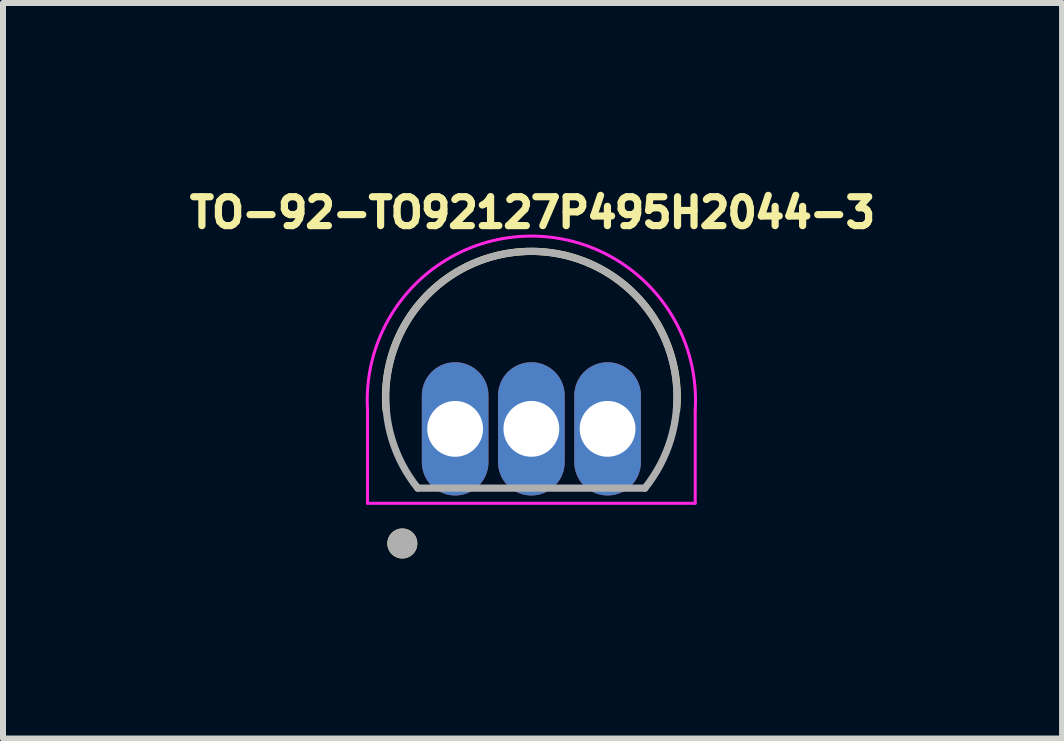
<source format=kicad_pcb>
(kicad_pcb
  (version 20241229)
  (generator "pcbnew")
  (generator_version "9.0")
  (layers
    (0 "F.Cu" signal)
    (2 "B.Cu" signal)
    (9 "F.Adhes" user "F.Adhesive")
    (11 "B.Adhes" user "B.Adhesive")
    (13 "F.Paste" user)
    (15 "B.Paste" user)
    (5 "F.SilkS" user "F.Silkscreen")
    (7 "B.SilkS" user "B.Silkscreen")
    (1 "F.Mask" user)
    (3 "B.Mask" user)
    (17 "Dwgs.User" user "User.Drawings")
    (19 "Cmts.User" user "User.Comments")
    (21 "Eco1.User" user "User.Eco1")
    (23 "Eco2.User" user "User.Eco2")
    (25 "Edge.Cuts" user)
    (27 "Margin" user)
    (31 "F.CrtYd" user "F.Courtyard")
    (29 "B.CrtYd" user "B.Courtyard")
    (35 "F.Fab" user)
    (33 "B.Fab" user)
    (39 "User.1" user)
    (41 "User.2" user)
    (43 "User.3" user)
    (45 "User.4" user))
  (footprint "TO-92-TO92127P495H2044-3"
    (layer "F.Cu")
    (at 5.804 3.336)
    (property "Reference" "TO-92-TO92127P495H2044-3" (at 0.019 -2.843 0) (layer "F.SilkS") (effects (font (size 0.481 0.481) (thickness 0.15))))
    (attr through_hole)
    (fp_arc (start -2.42 0.45) (mid 0 -2.197917) (end 2.42 0.45) (stroke (width 0.12) (type solid)) (layer "F.SilkS"))
    (fp_circle (center -2.15 2.67) (end -2.025 2.67) (stroke (width 0.25) (type solid)) (fill no) (layer "F.SilkS"))
    (fp_line (start -2.73 0.45) (end -2.73 2) (stroke (width 0.05) (type solid)) (layer "F.CrtYd"))
    (fp_line (start -2.73 2) (end 2.73 2) (stroke (width 0.05) (type solid)) (layer "F.CrtYd"))
    (fp_line (start 2.73 2) (end 2.73 0.45) (stroke (width 0.05) (type solid)) (layer "F.CrtYd"))
    (fp_arc (start -2.73 0.45) (mid 0 -2.452076) (end 2.73 0.45) (stroke (width 0.05) (type solid)) (layer "F.CrtYd"))
    (fp_line (start -1.893 1.748) (end 1.892 1.748) (stroke (width 0.12) (type solid)) (layer "F.Fab"))
    (fp_arc (start -1.893 1.748) (mid -0.0005 -2.197534) (end 1.892 1.748) (stroke (width 0.12) (type solid)) (layer "F.Fab"))
    (fp_circle (center -2.15 2.67) (end -2.025 2.67) (stroke (width 0.25) (type solid)) (fill no) (layer "F.Fab"))
    (pad "1" thru_hole oval (at -1.27 0.76) (size 1.11 2.22) (drill 0.93) (layers "*.Cu" "*.Mask"))
    (pad "2" thru_hole oval (at 0 0.76) (size 1.11 2.22) (drill 0.93) (layers "*.Cu" "*.Mask"))
    (pad "3" thru_hole oval (at 1.27 0.76) (size 1.11 2.22) (drill 0.93) (layers "*.Cu" "*.Mask")))
  (gr_rect
    (start -3 -3)
    (end 14.647 9.256)
    (stroke (width 0.1) (type default))
    (fill no)
    (layer "Edge.Cuts")))
</source>
